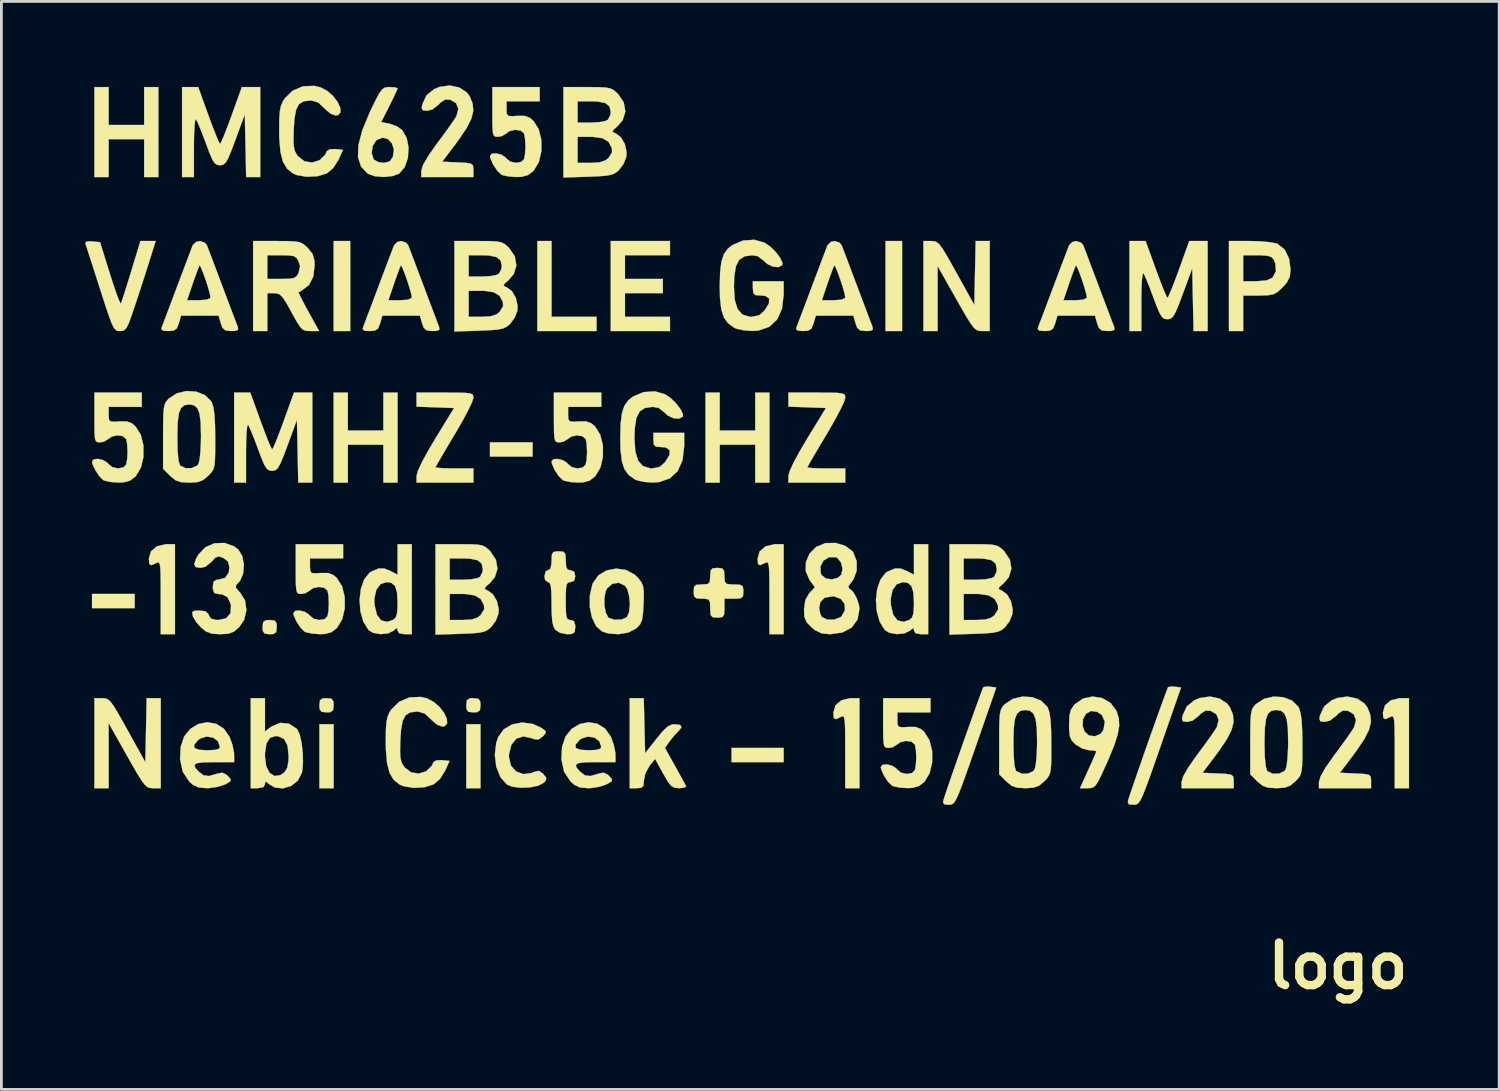
<source format=kicad_pcb>
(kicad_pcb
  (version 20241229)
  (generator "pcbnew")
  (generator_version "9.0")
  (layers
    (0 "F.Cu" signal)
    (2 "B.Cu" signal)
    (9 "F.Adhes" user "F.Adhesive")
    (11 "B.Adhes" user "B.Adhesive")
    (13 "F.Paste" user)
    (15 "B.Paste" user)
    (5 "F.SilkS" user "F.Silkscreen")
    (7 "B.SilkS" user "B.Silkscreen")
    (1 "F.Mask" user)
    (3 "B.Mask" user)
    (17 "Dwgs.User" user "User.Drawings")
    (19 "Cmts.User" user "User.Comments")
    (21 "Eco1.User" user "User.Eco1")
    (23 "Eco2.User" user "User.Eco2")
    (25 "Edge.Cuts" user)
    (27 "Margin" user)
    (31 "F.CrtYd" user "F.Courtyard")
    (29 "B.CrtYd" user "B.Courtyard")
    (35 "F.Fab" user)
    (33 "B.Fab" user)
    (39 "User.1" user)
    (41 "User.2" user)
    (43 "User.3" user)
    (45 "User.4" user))
  (footprint "logo"
    (layer "F.Cu")
    (at 44.775 31.474)
    (property "Reference" "logo" (at 0 0 0) (layer "F.SilkS") (effects (font (size 1.524 1.524) (thickness 0.3))))
    (attr through_hole)
    (fp_poly (pts (xy -43.011 -12.785) (xy -44.535 -12.785) (xy -44.535 -13.293) (xy -43.011 -13.293) (xy -43.011 -12.785)) (stroke (width 0.01) (type solid)) (fill yes) (layer "F.SilkS"))
    (fp_poly (pts (xy -35.899 -6.35) (xy -36.407 -6.35) (xy -36.407 -8.636) (xy -35.899 -8.636) (xy -35.899 -6.35)) (stroke (width 0.01) (type solid)) (fill yes) (layer "F.SilkS"))
    (fp_poly (pts (xy -35.306 -22.691) (xy -35.899 -22.691) (xy -35.899 -25.908) (xy -35.306 -25.908) (xy -35.306 -22.691)) (stroke (width 0.01) (type solid)) (fill yes) (layer "F.SilkS"))
    (fp_poly (pts (xy -30.649 -6.35) (xy -31.157 -6.35) (xy -31.157 -8.636) (xy -30.649 -8.636) (xy -30.649 -6.35)) (stroke (width 0.01) (type solid)) (fill yes) (layer "F.SilkS"))
    (fp_poly (pts (xy -28.787 -18.203) (xy -30.311 -18.203) (xy -30.311 -18.711) (xy -28.787 -18.711) (xy -28.787 -18.203)) (stroke (width 0.01) (type solid)) (fill yes) (layer "F.SilkS"))
    (fp_poly (pts (xy -19.812 -7.281) (xy -21.675 -7.281) (xy -21.675 -7.789) (xy -19.812 -7.789) (xy -19.812 -7.281)) (stroke (width 0.01) (type solid)) (fill yes) (layer "F.SilkS"))
    (fp_poly (pts (xy -15.579 -22.691) (xy -16.171 -22.691) (xy -16.171 -25.908) (xy -15.579 -25.908) (xy -15.579 -22.691)) (stroke (width 0.01) (type solid)) (fill yes) (layer "F.SilkS"))
    (fp_poly (pts (xy -28.109 -23.199) (xy -26.501 -23.199) (xy -26.501 -22.691) (xy -28.617 -22.691) (xy -28.617 -25.908) (xy -28.109 -25.908) (xy -28.109 -23.199)) (stroke (width 0.01) (type solid)) (fill yes) (layer "F.SilkS"))
    (fp_poly (pts (xy -43.942 -30.057) (xy -42.672 -30.057) (xy -42.672 -31.411) (xy -42.164 -31.411) (xy -42.164 -28.194) (xy -42.672 -28.194) (xy -42.672 -29.549) (xy -43.942 -29.549) (xy -43.942 -28.194) (xy -44.45 -28.194) (xy -44.45 -31.411) (xy -43.942 -31.411) (xy -43.942 -30.057)) (stroke (width 0.01) (type solid)) (fill yes) (layer "F.SilkS"))
    (fp_poly (pts (xy -38.005 -12.34) (xy -37.938 -12.241) (xy -37.931 -12.107) (xy -37.952 -11.927) (xy -38.051 -11.861) (xy -38.185 -11.853) (xy -38.365 -11.874) (xy -38.431 -11.973) (xy -38.439 -12.107) (xy -38.418 -12.287) (xy -38.319 -12.354) (xy -38.185 -12.361) (xy -38.005 -12.34)) (stroke (width 0.01) (type solid)) (fill yes) (layer "F.SilkS"))
    (fp_poly (pts (xy -35.973 -9.546) (xy -35.906 -9.447) (xy -35.899 -9.313) (xy -35.92 -9.133) (xy -36.019 -9.067) (xy -36.153 -9.059) (xy -36.333 -9.08) (xy -36.399 -9.179) (xy -36.407 -9.313) (xy -36.386 -9.493) (xy -36.287 -9.56) (xy -36.153 -9.567) (xy -35.973 -9.546)) (stroke (width 0.01) (type solid)) (fill yes) (layer "F.SilkS"))
    (fp_poly (pts (xy -35.391 -19.135) (xy -34.121 -19.135) (xy -34.121 -20.489) (xy -33.613 -20.489) (xy -33.613 -17.272) (xy -34.121 -17.272) (xy -34.121 -18.627) (xy -35.391 -18.627) (xy -35.391 -17.272) (xy -35.899 -17.272) (xy -35.899 -20.489) (xy -35.391 -20.489) (xy -35.391 -19.135)) (stroke (width 0.01) (type solid)) (fill yes) (layer "F.SilkS"))
    (fp_poly (pts (xy -30.723 -9.546) (xy -30.657 -9.447) (xy -30.649 -9.313) (xy -30.67 -9.133) (xy -30.769 -9.067) (xy -30.903 -9.059) (xy -31.083 -9.08) (xy -31.15 -9.179) (xy -31.157 -9.313) (xy -31.136 -9.493) (xy -31.037 -9.56) (xy -30.903 -9.567) (xy -30.723 -9.546)) (stroke (width 0.01) (type solid)) (fill yes) (layer "F.SilkS"))
    (fp_poly (pts (xy -23.876 -25.4) (xy -25.485 -25.4) (xy -25.485 -24.553) (xy -24.13 -24.553) (xy -24.13 -24.045) (xy -25.485 -24.045) (xy -25.485 -23.199) (xy -23.876 -23.199) (xy -23.876 -22.691) (xy -25.993 -22.691) (xy -25.993 -25.908) (xy -23.876 -25.908) (xy -23.876 -25.4)) (stroke (width 0.01) (type solid)) (fill yes) (layer "F.SilkS"))
    (fp_poly (pts (xy -22.098 -19.135) (xy -20.828 -19.135) (xy -20.828 -20.489) (xy -20.32 -20.489) (xy -20.32 -17.272) (xy -20.828 -17.272) (xy -20.828 -18.627) (xy -22.098 -18.627) (xy -22.098 -17.272) (xy -22.606 -17.272) (xy -22.606 -20.489) (xy -22.098 -20.489) (xy -22.098 -19.135)) (stroke (width 0.01) (type solid)) (fill yes) (layer "F.SilkS"))
    (fp_poly (pts (xy -41.571 -11.853) (xy -42.079 -11.853) (xy -42.079 -13.169) (xy -42.08 -13.665) (xy -42.085 -14.016) (xy -42.096 -14.243) (xy -42.118 -14.37) (xy -42.152 -14.42) (xy -42.203 -14.416) (xy -42.243 -14.396) (xy -42.414 -14.321) (xy -42.487 -14.361) (xy -42.503 -14.544) (xy -42.503 -14.558) (xy -42.428 -14.815) (xy -42.22 -14.992) (xy -41.907 -15.069) (xy -41.849 -15.071) (xy -41.571 -15.071) (xy -41.571 -11.853)) (stroke (width 0.01) (type solid)) (fill yes) (layer "F.SilkS"))
    (fp_poly (pts (xy -19.812 -11.853) (xy -20.32 -11.853) (xy -20.32 -13.169) (xy -20.321 -13.665) (xy -20.326 -14.016) (xy -20.337 -14.243) (xy -20.358 -14.37) (xy -20.393 -14.42) (xy -20.443 -14.416) (xy -20.484 -14.396) (xy -20.655 -14.321) (xy -20.728 -14.361) (xy -20.743 -14.544) (xy -20.743 -14.558) (xy -20.668 -14.815) (xy -20.461 -14.992) (xy -20.148 -15.069) (xy -20.089 -15.071) (xy -19.812 -15.071) (xy -19.812 -11.853)) (stroke (width 0.01) (type solid)) (fill yes) (layer "F.SilkS"))
    (fp_poly (pts (xy -17.103 -6.35) (xy -17.611 -6.35) (xy -17.611 -7.665) (xy -17.612 -8.162) (xy -17.616 -8.513) (xy -17.628 -8.74) (xy -17.649 -8.867) (xy -17.683 -8.917) (xy -17.734 -8.913) (xy -17.774 -8.893) (xy -17.946 -8.817) (xy -18.018 -8.858) (xy -18.034 -9.041) (xy -18.034 -9.055) (xy -17.959 -9.312) (xy -17.752 -9.489) (xy -17.439 -9.566) (xy -17.38 -9.567) (xy -17.103 -9.567) (xy -17.103 -6.35)) (stroke (width 0.01) (type solid)) (fill yes) (layer "F.SilkS"))
    (fp_poly (pts (xy 2.54 -6.35) (xy 2.032 -6.35) (xy 2.032 -7.665) (xy 2.031 -8.162) (xy 2.026 -8.513) (xy 2.015 -8.74) (xy 1.994 -8.867) (xy 1.959 -8.917) (xy 1.909 -8.913) (xy 1.868 -8.893) (xy 1.697 -8.817) (xy 1.624 -8.858) (xy 1.609 -9.041) (xy 1.609 -9.055) (xy 1.684 -9.312) (xy 1.891 -9.489) (xy 2.204 -9.566) (xy 2.263 -9.567) (xy 2.54 -9.567) (xy 2.54 -6.35)) (stroke (width 0.01) (type solid)) (fill yes) (layer "F.SilkS"))
    (fp_poly (pts (xy -44.066 -9.561) (xy -43.973 -9.527) (xy -43.878 -9.445) (xy -43.764 -9.291) (xy -43.614 -9.044) (xy -43.409 -8.683) (xy -43.264 -8.423) (xy -42.63 -7.278) (xy -42.606 -8.423) (xy -42.583 -9.567) (xy -42.079 -9.567) (xy -42.079 -6.35) (xy -42.355 -6.35) (xy -42.462 -6.356) (xy -42.555 -6.39) (xy -42.65 -6.473) (xy -42.765 -6.625) (xy -42.918 -6.87) (xy -43.125 -7.228) (xy -43.286 -7.513) (xy -43.942 -8.676) (xy -43.942 -6.35) (xy -44.45 -6.35) (xy -44.45 -9.567) (xy -44.174 -9.567) (xy -44.066 -9.561)) (stroke (width 0.01) (type solid)) (fill yes) (layer "F.SilkS"))
    (fp_poly (pts (xy -14.433 -25.902) (xy -14.34 -25.868) (xy -14.245 -25.785) (xy -14.131 -25.632) (xy -13.98 -25.385) (xy -13.776 -25.024) (xy -13.631 -24.764) (xy -12.996 -23.619) (xy -12.973 -24.764) (xy -12.949 -25.908) (xy -12.446 -25.908) (xy -12.446 -22.691) (xy -12.721 -22.691) (xy -12.829 -22.697) (xy -12.921 -22.731) (xy -13.017 -22.813) (xy -13.132 -22.966) (xy -13.285 -23.211) (xy -13.491 -23.568) (xy -13.653 -23.854) (xy -14.309 -25.017) (xy -14.309 -22.691) (xy -14.817 -22.691) (xy -14.817 -25.908) (xy -14.541 -25.908) (xy -14.433 -25.902)) (stroke (width 0.01) (type solid)) (fill yes) (layer "F.SilkS"))
    (fp_poly (pts (xy -12.421 -9.976) (xy -12.212 -9.948) (xy -12.942 -7.853) (xy -13.162 -7.221) (xy -13.336 -6.73) (xy -13.471 -6.364) (xy -13.575 -6.104) (xy -13.657 -5.931) (xy -13.725 -5.828) (xy -13.788 -5.777) (xy -13.854 -5.759) (xy -13.911 -5.757) (xy -14.077 -5.775) (xy -14.114 -5.856) (xy -14.092 -5.948) (xy -14.026 -6.151) (xy -13.92 -6.465) (xy -13.782 -6.864) (xy -13.623 -7.321) (xy -13.452 -7.811) (xy -13.277 -8.306) (xy -13.108 -8.78) (xy -12.955 -9.208) (xy -12.826 -9.563) (xy -12.731 -9.819) (xy -12.68 -9.95) (xy -12.674 -9.96) (xy -12.566 -9.983) (xy -12.421 -9.976)) (stroke (width 0.01) (type solid)) (fill yes) (layer "F.SilkS"))
    (fp_poly (pts (xy -5.817 -9.976) (xy -5.608 -9.948) (xy -6.338 -7.853) (xy -6.558 -7.221) (xy -6.732 -6.73) (xy -6.867 -6.364) (xy -6.971 -6.104) (xy -7.053 -5.931) (xy -7.121 -5.828) (xy -7.184 -5.777) (xy -7.25 -5.759) (xy -7.307 -5.757) (xy -7.473 -5.775) (xy -7.51 -5.856) (xy -7.488 -5.948) (xy -7.422 -6.151) (xy -7.316 -6.465) (xy -7.178 -6.864) (xy -7.019 -7.321) (xy -6.848 -7.811) (xy -6.673 -8.306) (xy -6.504 -8.78) (xy -6.351 -9.208) (xy -6.222 -9.563) (xy -6.127 -9.819) (xy -6.076 -9.95) (xy -6.07 -9.96) (xy -5.962 -9.983) (xy -5.817 -9.976)) (stroke (width 0.01) (type solid)) (fill yes) (layer "F.SilkS"))
    (fp_poly (pts (xy -31.491 -20.488) (xy -31.204 -20.481) (xy -31.03 -20.463) (xy -30.941 -20.428) (xy -30.908 -20.372) (xy -30.903 -20.299) (xy -30.946 -20.162) (xy -31.062 -19.912) (xy -31.237 -19.579) (xy -31.456 -19.192) (xy -31.581 -18.981) (xy -31.813 -18.591) (xy -32.011 -18.256) (xy -32.16 -17.999) (xy -32.244 -17.847) (xy -32.258 -17.816) (xy -32.18 -17.8) (xy -31.973 -17.787) (xy -31.676 -17.78) (xy -31.581 -17.78) (xy -30.903 -17.78) (xy -30.903 -17.272) (xy -32.935 -17.272) (xy -32.935 -17.509) (xy -32.888 -17.687) (xy -32.751 -17.986) (xy -32.534 -18.388) (xy -32.265 -18.843) (xy -31.594 -19.939) (xy -32.265 -19.964) (xy -32.935 -19.988) (xy -32.935 -20.489) (xy -31.919 -20.489) (xy -31.491 -20.488)) (stroke (width 0.01) (type solid)) (fill yes) (layer "F.SilkS"))
    (fp_poly (pts (xy -18.199 -20.488) (xy -17.912 -20.481) (xy -17.737 -20.463) (xy -17.648 -20.428) (xy -17.615 -20.372) (xy -17.611 -20.299) (xy -17.653 -20.162) (xy -17.77 -19.912) (xy -17.945 -19.579) (xy -18.163 -19.192) (xy -18.288 -18.981) (xy -18.521 -18.591) (xy -18.719 -18.256) (xy -18.867 -17.999) (xy -18.952 -17.847) (xy -18.965 -17.816) (xy -18.887 -17.8) (xy -18.68 -17.787) (xy -18.384 -17.78) (xy -18.288 -17.78) (xy -17.611 -17.78) (xy -17.611 -17.272) (xy -19.643 -17.272) (xy -19.643 -17.509) (xy -19.595 -17.687) (xy -19.458 -17.986) (xy -19.241 -18.388) (xy -18.972 -18.843) (xy -18.302 -19.939) (xy -18.972 -19.964) (xy -19.643 -19.988) (xy -19.643 -20.489) (xy -18.627 -20.489) (xy -18.199 -20.488)) (stroke (width 0.01) (type solid)) (fill yes) (layer "F.SilkS"))
    (fp_poly (pts (xy -2.767 -25.897) (xy -2.439 -25.867) (xy -2.207 -25.824) (xy -2.157 -25.807) (xy -1.904 -25.603) (xy -1.745 -25.278) (xy -1.693 -24.888) (xy -1.72 -24.63) (xy -1.825 -24.423) (xy -1.981 -24.249) (xy -2.151 -24.092) (xy -2.303 -24.006) (xy -2.5 -23.969) (xy -2.8 -23.961) (xy -2.828 -23.961) (xy -3.387 -23.961) (xy -3.387 -22.691) (xy -3.895 -22.691) (xy -3.895 -25.4) (xy -3.387 -25.4) (xy -3.387 -24.469) (xy -2.927 -24.469) (xy -2.558 -24.5) (xy -2.342 -24.595) (xy -2.334 -24.602) (xy -2.214 -24.833) (xy -2.237 -25.115) (xy -2.289 -25.236) (xy -2.372 -25.332) (xy -2.52 -25.382) (xy -2.779 -25.399) (xy -2.882 -25.4) (xy -3.387 -25.4) (xy -3.895 -25.4) (xy -3.895 -25.908) (xy -3.137 -25.908) (xy -2.767 -25.897)) (stroke (width 0.01) (type solid)) (fill yes) (layer "F.SilkS"))
    (fp_poly (pts (xy -28.776 -8.646) (xy -28.471 -8.504) (xy -28.328 -8.4) (xy -28.317 -8.319) (xy -28.424 -8.199) (xy -28.572 -8.089) (xy -28.726 -8.1) (xy -28.809 -8.134) (xy -29.114 -8.202) (xy -29.366 -8.121) (xy -29.544 -7.905) (xy -29.629 -7.573) (xy -29.633 -7.464) (xy -29.563 -7.158) (xy -29.378 -6.947) (xy -29.114 -6.852) (xy -28.808 -6.894) (xy -28.707 -6.94) (xy -28.555 -6.968) (xy -28.403 -6.855) (xy -28.401 -6.853) (xy -28.299 -6.719) (xy -28.316 -6.622) (xy -28.388 -6.543) (xy -28.587 -6.437) (xy -28.885 -6.377) (xy -29.218 -6.365) (xy -29.52 -6.404) (xy -29.706 -6.482) (xy -29.938 -6.746) (xy -30.085 -7.114) (xy -30.137 -7.537) (xy -30.086 -7.968) (xy -30.017 -8.176) (xy -29.817 -8.454) (xy -29.516 -8.63) (xy -29.156 -8.698) (xy -28.776 -8.646)) (stroke (width 0.01) (type solid)) (fill yes) (layer "F.SilkS"))
    (fp_poly (pts (xy -24.789 -8.582) (xy -24.765 -7.597) (xy -24.357 -8.117) (xy -24.13 -8.391) (xy -23.96 -8.551) (xy -23.814 -8.623) (xy -23.701 -8.636) (xy -23.504 -8.606) (xy -23.465 -8.518) (xy -23.584 -8.379) (xy -23.724 -8.234) (xy -23.881 -8.036) (xy -23.886 -8.03) (xy -24.057 -7.789) (xy -23.691 -7.135) (xy -23.525 -6.835) (xy -23.391 -6.591) (xy -23.31 -6.441) (xy -23.297 -6.415) (xy -23.351 -6.372) (xy -23.52 -6.351) (xy -23.551 -6.351) (xy -23.708 -6.365) (xy -23.827 -6.427) (xy -23.944 -6.571) (xy -24.095 -6.829) (xy -24.121 -6.875) (xy -24.408 -7.398) (xy -24.607 -7.149) (xy -24.758 -6.874) (xy -24.807 -6.625) (xy -24.824 -6.435) (xy -24.908 -6.361) (xy -25.061 -6.35) (xy -25.315 -6.35) (xy -25.315 -9.567) (xy -24.813 -9.567) (xy -24.789 -8.582)) (stroke (width 0.01) (type solid)) (fill yes) (layer "F.SilkS"))
    (fp_poly (pts (xy -42.453 -25.294) (xy -42.559 -24.958) (xy -42.699 -24.522) (xy -42.853 -24.049) (xy -42.973 -23.686) (xy -43.112 -23.271) (xy -43.214 -22.99) (xy -43.295 -22.819) (xy -43.37 -22.729) (xy -43.453 -22.695) (xy -43.535 -22.691) (xy -43.618 -22.696) (xy -43.688 -22.728) (xy -43.755 -22.806) (xy -43.828 -22.953) (xy -43.919 -23.191) (xy -44.037 -23.54) (xy -44.193 -24.024) (xy -44.248 -24.194) (xy -44.402 -24.675) (xy -44.54 -25.106) (xy -44.654 -25.456) (xy -44.733 -25.7) (xy -44.77 -25.808) (xy -44.752 -25.883) (xy -44.601 -25.899) (xy -44.53 -25.893) (xy -44.248 -25.866) (xy -43.896 -24.732) (xy -43.767 -24.332) (xy -43.654 -24.004) (xy -43.566 -23.776) (xy -43.512 -23.674) (xy -43.503 -23.673) (xy -43.465 -23.779) (xy -43.388 -24.014) (xy -43.283 -24.345) (xy -43.161 -24.742) (xy -43.134 -24.828) (xy -42.806 -25.908) (xy -42.262 -25.908) (xy -42.453 -25.294)) (stroke (width 0.01) (type solid)) (fill yes) (layer "F.SilkS"))
    (fp_poly (pts (xy -6.506 -24.892) (xy -6.364 -24.51) (xy -6.241 -24.194) (xy -6.147 -23.973) (xy -6.095 -23.878) (xy -6.092 -23.876) (xy -6.048 -23.951) (xy -5.96 -24.156) (xy -5.84 -24.46) (xy -5.7 -24.834) (xy -5.68 -24.892) (xy -5.313 -25.908) (xy -4.657 -25.908) (xy -4.657 -22.691) (xy -5.16 -22.691) (xy -5.207 -24.934) (xy -5.542 -24.024) (xy -5.69 -23.63) (xy -5.8 -23.369) (xy -5.887 -23.215) (xy -5.968 -23.139) (xy -6.06 -23.115) (xy -6.095 -23.114) (xy -6.2 -23.128) (xy -6.286 -23.19) (xy -6.372 -23.328) (xy -6.476 -23.572) (xy -6.598 -23.897) (xy -6.727 -24.24) (xy -6.842 -24.525) (xy -6.926 -24.712) (xy -6.955 -24.761) (xy -6.982 -24.713) (xy -7.005 -24.524) (xy -7.02 -24.22) (xy -7.027 -23.831) (xy -7.027 -23.766) (xy -7.027 -22.691) (xy -7.451 -22.691) (xy -7.451 -25.908) (xy -6.874 -25.908) (xy -6.506 -24.892)) (stroke (width 0.01) (type solid)) (fill yes) (layer "F.SilkS"))
    (fp_poly (pts (xy -38.51 -19.474) (xy -38.368 -19.092) (xy -38.245 -18.775) (xy -38.151 -18.555) (xy -38.099 -18.459) (xy -38.096 -18.458) (xy -38.052 -18.532) (xy -37.964 -18.737) (xy -37.844 -19.041) (xy -37.704 -19.416) (xy -37.684 -19.473) (xy -37.317 -20.489) (xy -36.661 -20.489) (xy -36.661 -17.272) (xy -37.164 -17.272) (xy -37.187 -18.394) (xy -37.211 -19.516) (xy -37.546 -18.605) (xy -37.694 -18.212) (xy -37.804 -17.951) (xy -37.891 -17.796) (xy -37.972 -17.72) (xy -38.064 -17.696) (xy -38.099 -17.695) (xy -38.204 -17.709) (xy -38.29 -17.771) (xy -38.376 -17.909) (xy -38.48 -18.153) (xy -38.602 -18.479) (xy -38.731 -18.822) (xy -38.846 -19.106) (xy -38.93 -19.293) (xy -38.959 -19.342) (xy -38.986 -19.294) (xy -39.009 -19.105) (xy -39.024 -18.802) (xy -39.031 -18.412) (xy -39.031 -18.347) (xy -39.031 -17.272) (xy -39.455 -17.272) (xy -39.455 -20.489) (xy -38.878 -20.489) (xy -38.51 -19.474)) (stroke (width 0.01) (type solid)) (fill yes) (layer "F.SilkS"))
    (fp_poly (pts (xy -31.409 -31.397) (xy -31.137 -31.219) (xy -31.031 -31.074) (xy -30.929 -30.816) (xy -30.908 -30.562) (xy -30.975 -30.285) (xy -31.14 -29.956) (xy -31.412 -29.55) (xy -31.601 -29.295) (xy -32.018 -28.744) (xy -31.461 -28.719) (xy -31.163 -28.703) (xy -30.996 -28.675) (xy -30.922 -28.617) (xy -30.904 -28.51) (xy -30.903 -28.444) (xy -30.903 -28.194) (xy -32.766 -28.194) (xy -32.766 -28.419) (xy -32.707 -28.617) (xy -32.532 -28.925) (xy -32.246 -29.336) (xy -32.188 -29.414) (xy -31.944 -29.743) (xy -31.731 -30.039) (xy -31.574 -30.267) (xy -31.506 -30.377) (xy -31.441 -30.631) (xy -31.522 -30.838) (xy -31.728 -30.958) (xy -31.915 -30.966) (xy -32.079 -30.857) (xy -32.141 -30.789) (xy -32.37 -30.611) (xy -32.559 -30.565) (xy -32.715 -30.583) (xy -32.751 -30.673) (xy -32.726 -30.797) (xy -32.579 -31.117) (xy -32.311 -31.335) (xy -32.11 -31.418) (xy -31.75 -31.469) (xy -31.409 -31.397)) (stroke (width 0.01) (type solid)) (fill yes) (layer "F.SilkS"))
    (fp_poly (pts (xy -22.012 -14.207) (xy -21.942 -14.124) (xy -21.929 -13.928) (xy -21.918 -13.738) (xy -21.855 -13.654) (xy -21.69 -13.632) (xy -21.59 -13.631) (xy -21.373 -13.621) (xy -21.276 -13.567) (xy -21.252 -13.432) (xy -21.251 -13.377) (xy -21.265 -13.214) (xy -21.337 -13.142) (xy -21.517 -13.124) (xy -21.59 -13.123) (xy -21.929 -13.123) (xy -21.929 -12.785) (xy -21.939 -12.568) (xy -21.993 -12.471) (xy -22.128 -12.447) (xy -22.183 -12.446) (xy -22.346 -12.459) (xy -22.418 -12.532) (xy -22.436 -12.712) (xy -22.437 -12.785) (xy -22.446 -13.002) (xy -22.501 -13.098) (xy -22.646 -13.123) (xy -22.733 -13.123) (xy -22.932 -13.137) (xy -23.014 -13.209) (xy -23.029 -13.377) (xy -23.013 -13.548) (xy -22.929 -13.618) (xy -22.733 -13.631) (xy -22.534 -13.644) (xy -22.453 -13.718) (xy -22.437 -13.905) (xy -22.437 -13.928) (xy -22.423 -14.127) (xy -22.351 -14.208) (xy -22.183 -14.224) (xy -22.012 -14.207)) (stroke (width 0.01) (type solid)) (fill yes) (layer "F.SilkS"))
    (fp_poly (pts (xy -4.231 -9.553) (xy -3.959 -9.375) (xy -3.853 -9.23) (xy -3.751 -8.972) (xy -3.73 -8.718) (xy -3.797 -8.441) (xy -3.962 -8.112) (xy -4.234 -7.706) (xy -4.423 -7.451) (xy -4.84 -6.9) (xy -4.283 -6.875) (xy -3.985 -6.859) (xy -3.818 -6.831) (xy -3.744 -6.773) (xy -3.726 -6.666) (xy -3.725 -6.6) (xy -3.725 -6.35) (xy -5.588 -6.35) (xy -5.588 -6.575) (xy -5.529 -6.773) (xy -5.354 -7.081) (xy -5.068 -7.492) (xy -5.01 -7.57) (xy -4.766 -7.899) (xy -4.553 -8.195) (xy -4.396 -8.423) (xy -4.328 -8.533) (xy -4.263 -8.787) (xy -4.344 -8.994) (xy -4.55 -9.114) (xy -4.737 -9.122) (xy -4.901 -9.013) (xy -4.963 -8.945) (xy -5.192 -8.767) (xy -5.381 -8.721) (xy -5.537 -8.739) (xy -5.573 -8.829) (xy -5.548 -8.954) (xy -5.401 -9.273) (xy -5.133 -9.491) (xy -4.932 -9.574) (xy -4.572 -9.625) (xy -4.231 -9.553)) (stroke (width 0.01) (type solid)) (fill yes) (layer "F.SilkS"))
    (fp_poly (pts (xy 0.68 -9.553) (xy 0.952 -9.375) (xy 1.058 -9.23) (xy 1.16 -8.972) (xy 1.181 -8.718) (xy 1.114 -8.441) (xy 0.948 -8.112) (xy 0.677 -7.706) (xy 0.488 -7.451) (xy 0.071 -6.9) (xy 0.628 -6.875) (xy 0.926 -6.859) (xy 1.093 -6.831) (xy 1.166 -6.773) (xy 1.185 -6.666) (xy 1.185 -6.6) (xy 1.185 -6.35) (xy -0.677 -6.35) (xy -0.677 -6.575) (xy -0.618 -6.773) (xy -0.443 -7.081) (xy -0.157 -7.492) (xy -0.099 -7.57) (xy 0.144 -7.899) (xy 0.357 -8.195) (xy 0.514 -8.423) (xy 0.583 -8.533) (xy 0.647 -8.787) (xy 0.567 -8.994) (xy 0.361 -9.114) (xy 0.173 -9.122) (xy 0.01 -9.013) (xy -0.053 -8.945) (xy -0.282 -8.767) (xy -0.471 -8.721) (xy -0.627 -8.739) (xy -0.662 -8.829) (xy -0.638 -8.954) (xy -0.49 -9.273) (xy -0.222 -9.491) (xy -0.021 -9.574) (xy 0.339 -9.625) (xy 0.68 -9.553)) (stroke (width 0.01) (type solid)) (fill yes) (layer "F.SilkS"))
    (fp_poly (pts (xy -38.523 -31.411) (xy -38.523 -28.194) (xy -39.026 -28.194) (xy -39.05 -29.316) (xy -39.074 -30.438) (xy -39.409 -29.527) (xy -39.557 -29.134) (xy -39.666 -28.873) (xy -39.753 -28.718) (xy -39.835 -28.642) (xy -39.926 -28.618) (xy -39.961 -28.617) (xy -40.067 -28.631) (xy -40.153 -28.693) (xy -40.239 -28.831) (xy -40.343 -29.075) (xy -40.464 -29.401) (xy -40.594 -29.744) (xy -40.708 -30.028) (xy -40.793 -30.215) (xy -40.822 -30.264) (xy -40.849 -30.216) (xy -40.872 -30.027) (xy -40.887 -29.724) (xy -40.894 -29.334) (xy -40.894 -29.269) (xy -40.894 -28.194) (xy -41.317 -28.194) (xy -41.317 -31.411) (xy -40.74 -31.411) (xy -40.373 -30.396) (xy -40.231 -30.014) (xy -40.107 -29.697) (xy -40.014 -29.477) (xy -39.962 -29.381) (xy -39.959 -29.38) (xy -39.914 -29.454) (xy -39.826 -29.659) (xy -39.706 -29.963) (xy -39.567 -30.338) (xy -39.546 -30.395) (xy -39.18 -31.411) (xy -38.852 -31.411) (xy -38.523 -31.411)) (stroke (width 0.01) (type solid)) (fill yes) (layer "F.SilkS"))
    (fp_poly (pts (xy -33.105 -11.853) (xy -33.359 -11.853) (xy -33.556 -11.889) (xy -33.613 -11.986) (xy -33.626 -12.075) (xy -33.694 -12.037) (xy -33.746 -11.986) (xy -33.948 -11.884) (xy -34.221 -11.856) (xy -34.487 -11.902) (xy -34.652 -12.002) (xy -34.836 -12.301) (xy -34.942 -12.674) (xy -34.971 -13.079) (xy -34.966 -13.123) (xy -34.444 -13.123) (xy -34.436 -12.894) (xy -34.352 -12.547) (xy -34.198 -12.345) (xy -33.982 -12.295) (xy -33.776 -12.364) (xy -33.683 -12.444) (xy -33.633 -12.586) (xy -33.614 -12.834) (xy -33.613 -12.982) (xy -33.633 -13.349) (xy -33.703 -13.577) (xy -33.837 -13.69) (xy -34.009 -13.716) (xy -34.227 -13.641) (xy -34.377 -13.433) (xy -34.444 -13.123) (xy -34.966 -13.123) (xy -34.926 -13.471) (xy -34.809 -13.808) (xy -34.622 -14.047) (xy -34.544 -14.097) (xy -34.295 -14.202) (xy -34.093 -14.204) (xy -33.851 -14.105) (xy -33.846 -14.101) (xy -33.613 -13.98) (xy -33.613 -15.071) (xy -33.105 -15.071) (xy -33.105 -11.853)) (stroke (width 0.01) (type solid)) (fill yes) (layer "F.SilkS"))
    (fp_poly (pts (xy -14.647 -11.853) (xy -14.901 -11.853) (xy -15.099 -11.889) (xy -15.155 -11.986) (xy -15.169 -12.075) (xy -15.236 -12.037) (xy -15.288 -11.986) (xy -15.491 -11.884) (xy -15.763 -11.856) (xy -16.029 -11.902) (xy -16.195 -12.002) (xy -16.379 -12.301) (xy -16.485 -12.674) (xy -16.514 -13.079) (xy -16.509 -13.123) (xy -15.986 -13.123) (xy -15.979 -12.894) (xy -15.895 -12.547) (xy -15.741 -12.345) (xy -15.525 -12.295) (xy -15.319 -12.364) (xy -15.226 -12.444) (xy -15.176 -12.586) (xy -15.157 -12.834) (xy -15.155 -12.982) (xy -15.176 -13.349) (xy -15.246 -13.577) (xy -15.38 -13.69) (xy -15.551 -13.716) (xy -15.77 -13.641) (xy -15.92 -13.433) (xy -15.986 -13.123) (xy -16.509 -13.123) (xy -16.469 -13.471) (xy -16.351 -13.808) (xy -16.164 -14.047) (xy -16.087 -14.097) (xy -15.837 -14.202) (xy -15.635 -14.204) (xy -15.394 -14.105) (xy -15.388 -14.101) (xy -15.155 -13.98) (xy -15.155 -15.071) (xy -14.647 -15.071) (xy -14.647 -11.853)) (stroke (width 0.01) (type solid)) (fill yes) (layer "F.SilkS"))
    (fp_poly (pts (xy -38.354 -8.377) (xy -38.11 -8.558) (xy -37.81 -8.685) (xy -37.5 -8.657) (xy -37.222 -8.478) (xy -37.201 -8.456) (xy -37.114 -8.276) (xy -37.047 -7.983) (xy -37.005 -7.63) (xy -36.994 -7.273) (xy -37.02 -6.967) (xy -37.034 -6.899) (xy -37.177 -6.622) (xy -37.417 -6.431) (xy -37.707 -6.342) (xy -37.999 -6.372) (xy -38.199 -6.49) (xy -38.314 -6.583) (xy -38.351 -6.558) (xy -38.354 -6.49) (xy -38.413 -6.383) (xy -38.607 -6.35) (xy -38.608 -6.35) (xy -38.862 -6.35) (xy -38.862 -7.484) (xy -38.354 -7.484) (xy -38.31 -7.135) (xy -38.189 -6.897) (xy -38.013 -6.785) (xy -37.801 -6.817) (xy -37.662 -6.913) (xy -37.558 -7.074) (xy -37.512 -7.335) (xy -37.507 -7.5) (xy -37.546 -7.872) (xy -37.668 -8.104) (xy -37.879 -8.205) (xy -37.976 -8.213) (xy -38.176 -8.148) (xy -38.3 -7.948) (xy -38.352 -7.603) (xy -38.354 -7.484) (xy -38.862 -7.484) (xy -38.862 -9.567) (xy -38.354 -9.567) (xy -38.354 -8.377)) (stroke (width 0.01) (type solid)) (fill yes) (layer "F.SilkS"))
    (fp_poly (pts (xy -25.445 -14.149) (xy -25.131 -13.979) (xy -25.012 -13.862) (xy -24.901 -13.715) (xy -24.838 -13.572) (xy -24.812 -13.383) (xy -24.814 -13.096) (xy -24.821 -12.93) (xy -24.842 -12.585) (xy -24.876 -12.363) (xy -24.938 -12.216) (xy -25.041 -12.099) (xy -25.088 -12.057) (xy -25.362 -11.915) (xy -25.717 -11.854) (xy -26.083 -11.881) (xy -26.306 -11.955) (xy -26.516 -12.143) (xy -26.664 -12.448) (xy -26.742 -12.825) (xy -26.742 -13.152) (xy -26.222 -13.152) (xy -26.218 -12.87) (xy -26.169 -12.615) (xy -26.081 -12.45) (xy -26.063 -12.435) (xy -25.854 -12.371) (xy -25.611 -12.378) (xy -25.426 -12.455) (xy -25.417 -12.463) (xy -25.337 -12.64) (xy -25.309 -12.909) (xy -25.332 -13.205) (xy -25.4 -13.46) (xy -25.481 -13.586) (xy -25.705 -13.692) (xy -25.937 -13.656) (xy -26.124 -13.492) (xy -26.172 -13.396) (xy -26.222 -13.152) (xy -26.742 -13.152) (xy -26.741 -13.231) (xy -26.653 -13.622) (xy -26.631 -13.679) (xy -26.431 -13.96) (xy -26.139 -14.135) (xy -25.796 -14.199) (xy -25.445 -14.149)) (stroke (width 0.01) (type solid)) (fill yes) (layer "F.SilkS"))
    (fp_poly (pts (xy -27.692 -14.803) (xy -27.62 -14.731) (xy -27.602 -14.551) (xy -27.601 -14.478) (xy -27.587 -14.256) (xy -27.53 -14.159) (xy -27.432 -14.139) (xy -27.299 -14.09) (xy -27.263 -13.928) (xy -27.302 -13.762) (xy -27.432 -13.716) (xy -27.516 -13.702) (xy -27.567 -13.637) (xy -27.592 -13.487) (xy -27.601 -13.217) (xy -27.601 -13.039) (xy -27.598 -12.701) (xy -27.582 -12.499) (xy -27.544 -12.398) (xy -27.477 -12.364) (xy -27.432 -12.361) (xy -27.308 -12.321) (xy -27.264 -12.173) (xy -27.263 -12.107) (xy -27.28 -11.934) (xy -27.368 -11.865) (xy -27.546 -11.853) (xy -27.808 -11.904) (xy -27.969 -12.008) (xy -28.041 -12.129) (xy -28.084 -12.321) (xy -28.105 -12.621) (xy -28.109 -12.94) (xy -28.114 -13.315) (xy -28.132 -13.551) (xy -28.167 -13.674) (xy -28.224 -13.715) (xy -28.236 -13.716) (xy -28.338 -13.79) (xy -28.363 -13.928) (xy -28.319 -14.098) (xy -28.236 -14.139) (xy -28.148 -14.195) (xy -28.112 -14.381) (xy -28.109 -14.478) (xy -28.099 -14.695) (xy -28.045 -14.792) (xy -27.91 -14.816) (xy -27.855 -14.817) (xy -27.692 -14.803)) (stroke (width 0.01) (type solid)) (fill yes) (layer "F.SilkS"))
    (fp_poly (pts (xy -40.107 -8.655) (xy -39.827 -8.481) (xy -39.618 -8.182) (xy -39.516 -7.898) (xy -39.46 -7.621) (xy -39.457 -7.556) (xy -39.455 -7.281) (xy -40.174 -7.281) (xy -40.556 -7.273) (xy -40.785 -7.243) (xy -40.875 -7.181) (xy -40.844 -7.078) (xy -40.725 -6.943) (xy -40.546 -6.808) (xy -40.351 -6.784) (xy -40.08 -6.862) (xy -39.885 -6.905) (xy -39.735 -6.834) (xy -39.683 -6.785) (xy -39.58 -6.67) (xy -39.591 -6.595) (xy -39.732 -6.509) (xy -39.778 -6.485) (xy -40.03 -6.4) (xy -40.34 -6.353) (xy -40.431 -6.35) (xy -40.717 -6.374) (xy -40.924 -6.469) (xy -41.064 -6.591) (xy -41.292 -6.938) (xy -41.388 -7.384) (xy -41.365 -7.825) (xy -41.34 -7.902) (xy -40.884 -7.902) (xy -40.875 -7.786) (xy -40.709 -7.722) (xy -40.428 -7.705) (xy -40.143 -7.717) (xy -39.998 -7.76) (xy -39.963 -7.826) (xy -40.033 -8.03) (xy -40.21 -8.158) (xy -40.44 -8.195) (xy -40.671 -8.124) (xy -40.739 -8.073) (xy -40.884 -7.902) (xy -41.34 -7.902) (xy -41.243 -8.195) (xy -41.023 -8.469) (xy -40.738 -8.642) (xy -40.421 -8.706) (xy -40.107 -8.655)) (stroke (width 0.01) (type solid)) (fill yes) (layer "F.SilkS"))
    (fp_poly (pts (xy -37.534 -25.906) (xy -37.274 -25.893) (xy -37.102 -25.861) (xy -36.98 -25.8) (xy -36.865 -25.702) (xy -36.823 -25.661) (xy -36.651 -25.444) (xy -36.584 -25.205) (xy -36.577 -25.047) (xy -36.627 -24.634) (xy -36.784 -24.335) (xy -37.067 -24.118) (xy -37.152 -24.076) (xy -37.125 -24.002) (xy -37.032 -23.814) (xy -36.89 -23.545) (xy -36.798 -23.377) (xy -36.418 -22.691) (xy -36.73 -22.691) (xy -36.881 -22.698) (xy -36.995 -22.738) (xy -37.099 -22.841) (xy -37.223 -23.034) (xy -37.396 -23.347) (xy -37.407 -23.368) (xy -37.587 -23.692) (xy -37.719 -23.893) (xy -37.827 -24) (xy -37.938 -24.04) (xy -38.021 -24.045) (xy -38.269 -24.045) (xy -38.269 -22.691) (xy -38.777 -22.691) (xy -38.777 -25.4) (xy -38.269 -25.4) (xy -38.269 -24.553) (xy -37.76 -24.553) (xy -37.47 -24.56) (xy -37.302 -24.592) (xy -37.208 -24.666) (xy -37.153 -24.765) (xy -37.1 -25.002) (xy -37.153 -25.188) (xy -37.224 -25.307) (xy -37.33 -25.371) (xy -37.52 -25.396) (xy -37.76 -25.4) (xy -38.269 -25.4) (xy -38.777 -25.4) (xy -38.777 -25.908) (xy -37.924 -25.908) (xy -37.534 -25.906)) (stroke (width 0.01) (type solid)) (fill yes) (layer "F.SilkS"))
    (fp_poly (pts (xy -26.475 -8.655) (xy -26.196 -8.481) (xy -25.986 -8.182) (xy -25.885 -7.898) (xy -25.829 -7.621) (xy -25.825 -7.556) (xy -25.823 -7.281) (xy -26.543 -7.281) (xy -26.925 -7.273) (xy -27.153 -7.243) (xy -27.244 -7.181) (xy -27.212 -7.078) (xy -27.093 -6.943) (xy -26.914 -6.808) (xy -26.72 -6.784) (xy -26.449 -6.862) (xy -26.253 -6.905) (xy -26.103 -6.834) (xy -26.051 -6.785) (xy -25.949 -6.67) (xy -25.96 -6.595) (xy -26.101 -6.509) (xy -26.147 -6.485) (xy -26.399 -6.4) (xy -26.708 -6.353) (xy -26.799 -6.35) (xy -27.086 -6.374) (xy -27.293 -6.469) (xy -27.432 -6.591) (xy -27.661 -6.938) (xy -27.757 -7.384) (xy -27.734 -7.825) (xy -27.708 -7.902) (xy -27.253 -7.902) (xy -27.244 -7.786) (xy -27.077 -7.722) (xy -26.797 -7.705) (xy -26.512 -7.717) (xy -26.366 -7.76) (xy -26.331 -7.826) (xy -26.402 -8.03) (xy -26.579 -8.158) (xy -26.809 -8.195) (xy -27.04 -8.124) (xy -27.108 -8.073) (xy -27.253 -7.902) (xy -27.708 -7.902) (xy -27.612 -8.195) (xy -27.391 -8.469) (xy -27.106 -8.642) (xy -26.79 -8.706) (xy -26.475 -8.655)) (stroke (width 0.01) (type solid)) (fill yes) (layer "F.SilkS"))
    (fp_poly (pts (xy -8.426 -9.571) (xy -8.127 -9.397) (xy -7.915 -9.111) (xy -7.905 -9.088) (xy -7.831 -8.842) (xy -7.818 -8.578) (xy -7.872 -8.265) (xy -7.999 -7.873) (xy -8.205 -7.373) (xy -8.273 -7.221) (xy -8.444 -6.844) (xy -8.568 -6.595) (xy -8.664 -6.448) (xy -8.754 -6.376) (xy -8.857 -6.352) (xy -8.941 -6.35) (xy -9.219 -6.35) (xy -8.928 -6.99) (xy -8.794 -7.288) (xy -8.692 -7.521) (xy -8.64 -7.653) (xy -8.636 -7.667) (xy -8.71 -7.694) (xy -8.885 -7.705) (xy -9.132 -7.764) (xy -9.372 -7.909) (xy -9.508 -8.045) (xy -9.579 -8.194) (xy -9.606 -8.415) (xy -9.609 -8.574) (xy -9.124 -8.574) (xy -9.056 -8.376) (xy -8.9 -8.234) (xy -8.689 -8.206) (xy -8.489 -8.286) (xy -8.378 -8.436) (xy -8.332 -8.732) (xy -8.436 -8.962) (xy -8.601 -9.078) (xy -8.825 -9.109) (xy -9.004 -9.01) (xy -9.111 -8.819) (xy -9.124 -8.574) (xy -9.609 -8.574) (xy -9.61 -8.622) (xy -9.597 -8.937) (xy -9.547 -9.145) (xy -9.442 -9.307) (xy -9.406 -9.348) (xy -9.109 -9.554) (xy -8.768 -9.626) (xy -8.426 -9.571)) (stroke (width 0.01) (type solid)) (fill yes) (layer "F.SilkS"))
    (fp_poly (pts (xy -33.704 -31.4) (xy -33.614 -31.371) (xy -33.613 -31.367) (xy -33.648 -31.275) (xy -33.742 -31.073) (xy -33.876 -30.8) (xy -33.906 -30.741) (xy -34.199 -30.159) (xy -33.905 -30.104) (xy -33.653 -30.015) (xy -33.452 -29.877) (xy -33.449 -29.874) (xy -33.288 -29.595) (xy -33.221 -29.246) (xy -33.245 -28.881) (xy -33.356 -28.555) (xy -33.55 -28.323) (xy -33.553 -28.321) (xy -33.79 -28.231) (xy -34.107 -28.198) (xy -34.427 -28.224) (xy -34.671 -28.31) (xy -34.683 -28.318) (xy -34.917 -28.567) (xy -35.028 -28.905) (xy -35.023 -29.05) (xy -34.539 -29.05) (xy -34.471 -28.837) (xy -34.442 -28.804) (xy -34.287 -28.728) (xy -34.102 -28.702) (xy -33.895 -28.751) (xy -33.782 -28.914) (xy -33.744 -29.176) (xy -33.814 -29.399) (xy -33.96 -29.552) (xy -34.152 -29.603) (xy -34.356 -29.522) (xy -34.381 -29.501) (xy -34.507 -29.298) (xy -34.539 -29.05) (xy -35.023 -29.05) (xy -35.013 -29.337) (xy -34.873 -29.87) (xy -34.609 -30.509) (xy -34.582 -30.565) (xy -34.403 -30.934) (xy -34.274 -31.176) (xy -34.173 -31.319) (xy -34.08 -31.388) (xy -33.972 -31.41) (xy -33.894 -31.411) (xy -33.704 -31.4)) (stroke (width 0.01) (type solid)) (fill yes) (layer "F.SilkS"))
    (fp_poly (pts (xy -42.757 -19.981) (xy -43.942 -19.981) (xy -43.942 -19.706) (xy -43.934 -19.536) (xy -43.879 -19.461) (xy -43.731 -19.448) (xy -43.565 -19.46) (xy -43.296 -19.46) (xy -43.112 -19.393) (xy -42.982 -19.283) (xy -42.794 -18.987) (xy -42.699 -18.606) (xy -42.697 -18.194) (xy -42.788 -17.808) (xy -42.971 -17.504) (xy -42.986 -17.489) (xy -43.18 -17.342) (xy -43.413 -17.281) (xy -43.594 -17.275) (xy -43.864 -17.294) (xy -44.081 -17.341) (xy -44.133 -17.363) (xy -44.275 -17.502) (xy -44.419 -17.719) (xy -44.517 -17.936) (xy -44.535 -18.03) (xy -44.469 -18.108) (xy -44.314 -18.12) (xy -44.133 -18.075) (xy -43.987 -17.982) (xy -43.962 -17.949) (xy -43.811 -17.826) (xy -43.607 -17.78) (xy -43.417 -17.814) (xy -43.316 -17.914) (xy -43.277 -18.12) (xy -43.266 -18.404) (xy -43.283 -18.679) (xy -43.316 -18.831) (xy -43.433 -18.933) (xy -43.63 -18.962) (xy -43.833 -18.917) (xy -43.942 -18.838) (xy -44.106 -18.737) (xy -44.249 -18.711) (xy -44.338 -18.717) (xy -44.396 -18.755) (xy -44.43 -18.855) (xy -44.445 -19.048) (xy -44.45 -19.363) (xy -44.45 -19.6) (xy -44.45 -20.489) (xy -42.757 -20.489) (xy -42.757 -19.981)) (stroke (width 0.01) (type solid)) (fill yes) (layer "F.SilkS"))
    (fp_poly (pts (xy -36.372 -31.403) (xy -36.13 -31.277) (xy -35.921 -31.093) (xy -35.76 -30.884) (xy -35.664 -30.68) (xy -35.651 -30.512) (xy -35.737 -30.411) (xy -35.829 -30.395) (xy -36.002 -30.459) (xy -36.197 -30.619) (xy -36.237 -30.663) (xy -36.451 -30.86) (xy -36.681 -30.93) (xy -36.734 -30.932) (xy -36.972 -30.903) (xy -37.137 -30.801) (xy -37.241 -30.601) (xy -37.3 -30.278) (xy -37.324 -29.906) (xy -37.334 -29.536) (xy -37.323 -29.29) (xy -37.284 -29.122) (xy -37.21 -28.988) (xy -37.17 -28.935) (xy -36.939 -28.758) (xy -36.667 -28.715) (xy -36.404 -28.796) (xy -36.2 -28.992) (xy -36.14 -29.122) (xy -36.038 -29.188) (xy -35.836 -29.196) (xy -35.567 -29.168) (xy -35.726 -28.813) (xy -35.911 -28.521) (xy -36.139 -28.328) (xy -36.142 -28.327) (xy -36.471 -28.225) (xy -36.856 -28.205) (xy -37.213 -28.265) (xy -37.348 -28.321) (xy -37.561 -28.49) (xy -37.71 -28.741) (xy -37.801 -29.099) (xy -37.842 -29.588) (xy -37.846 -29.866) (xy -37.841 -30.27) (xy -37.822 -30.549) (xy -37.781 -30.745) (xy -37.711 -30.904) (xy -37.653 -30.997) (xy -37.367 -31.281) (xy -36.998 -31.438) (xy -36.59 -31.456) (xy -36.372 -31.403)) (stroke (width 0.01) (type solid)) (fill yes) (layer "F.SilkS"))
    (fp_poly (pts (xy -35.56 -14.563) (xy -36.745 -14.563) (xy -36.745 -14.287) (xy -36.737 -14.118) (xy -36.682 -14.042) (xy -36.534 -14.03) (xy -36.369 -14.041) (xy -36.1 -14.042) (xy -35.915 -13.974) (xy -35.786 -13.865) (xy -35.598 -13.569) (xy -35.503 -13.187) (xy -35.501 -12.775) (xy -35.591 -12.39) (xy -35.775 -12.086) (xy -35.79 -12.07) (xy -35.983 -11.923) (xy -36.216 -11.862) (xy -36.397 -11.856) (xy -36.667 -11.876) (xy -36.884 -11.922) (xy -36.936 -11.945) (xy -37.079 -12.084) (xy -37.223 -12.3) (xy -37.321 -12.518) (xy -37.338 -12.611) (xy -37.272 -12.689) (xy -37.118 -12.701) (xy -36.936 -12.656) (xy -36.79 -12.563) (xy -36.765 -12.531) (xy -36.615 -12.408) (xy -36.41 -12.361) (xy -36.22 -12.395) (xy -36.119 -12.495) (xy -36.081 -12.701) (xy -36.07 -12.986) (xy -36.087 -13.261) (xy -36.119 -13.413) (xy -36.237 -13.514) (xy -36.434 -13.543) (xy -36.636 -13.499) (xy -36.745 -13.42) (xy -36.91 -13.318) (xy -37.052 -13.293) (xy -37.142 -13.299) (xy -37.2 -13.337) (xy -37.233 -13.437) (xy -37.249 -13.629) (xy -37.253 -13.944) (xy -37.253 -14.182) (xy -37.253 -15.071) (xy -35.56 -15.071) (xy -35.56 -14.563)) (stroke (width 0.01) (type solid)) (fill yes) (layer "F.SilkS"))
    (fp_poly (pts (xy -32.562 -9.559) (xy -32.32 -9.433) (xy -32.111 -9.249) (xy -31.95 -9.04) (xy -31.854 -8.836) (xy -31.841 -8.668) (xy -31.927 -8.567) (xy -32.019 -8.551) (xy -32.192 -8.615) (xy -32.387 -8.775) (xy -32.427 -8.819) (xy -32.641 -9.016) (xy -32.871 -9.086) (xy -32.924 -9.088) (xy -33.162 -9.059) (xy -33.327 -8.957) (xy -33.431 -8.757) (xy -33.49 -8.434) (xy -33.514 -8.062) (xy -33.524 -7.692) (xy -33.513 -7.446) (xy -33.474 -7.278) (xy -33.4 -7.144) (xy -33.36 -7.091) (xy -33.129 -6.914) (xy -32.857 -6.871) (xy -32.594 -6.952) (xy -32.39 -7.148) (xy -32.33 -7.278) (xy -32.228 -7.344) (xy -32.026 -7.352) (xy -31.757 -7.324) (xy -31.916 -6.969) (xy -32.101 -6.677) (xy -32.329 -6.484) (xy -32.332 -6.483) (xy -32.661 -6.381) (xy -33.046 -6.361) (xy -33.403 -6.421) (xy -33.538 -6.477) (xy -33.751 -6.646) (xy -33.9 -6.897) (xy -33.991 -7.255) (xy -34.032 -7.744) (xy -34.036 -8.022) (xy -34.031 -8.426) (xy -34.012 -8.705) (xy -33.971 -8.901) (xy -33.901 -9.06) (xy -33.843 -9.153) (xy -33.557 -9.437) (xy -33.188 -9.594) (xy -32.78 -9.612) (xy -32.562 -9.559)) (stroke (width 0.01) (type solid)) (fill yes) (layer "F.SilkS"))
    (fp_poly (pts (xy -24.047 -20.43) (xy -23.842 -20.287) (xy -23.645 -20.09) (xy -23.49 -19.883) (xy -23.411 -19.709) (xy -23.417 -19.632) (xy -23.55 -19.557) (xy -23.751 -19.575) (xy -23.957 -19.672) (xy -24.06 -19.77) (xy -24.285 -19.945) (xy -24.496 -19.98) (xy -24.769 -19.942) (xy -24.958 -19.817) (xy -25.076 -19.585) (xy -25.134 -19.224) (xy -25.146 -18.855) (xy -25.115 -18.383) (xy -25.015 -18.056) (xy -24.84 -17.86) (xy -24.581 -17.783) (xy -24.511 -17.78) (xy -24.239 -17.837) (xy -24.051 -18.003) (xy -23.895 -18.257) (xy -23.886 -18.433) (xy -24.022 -18.527) (xy -24.172 -18.542) (xy -24.371 -18.556) (xy -24.453 -18.628) (xy -24.469 -18.796) (xy -24.469 -19.05) (xy -23.368 -19.05) (xy -23.368 -18.58) (xy -23.427 -18.074) (xy -23.6 -17.686) (xy -23.882 -17.423) (xy -24.269 -17.291) (xy -24.501 -17.275) (xy -24.795 -17.298) (xy -25.047 -17.352) (xy -25.13 -17.387) (xy -25.352 -17.546) (xy -25.504 -17.756) (xy -25.598 -18.047) (xy -25.644 -18.45) (xy -25.653 -18.864) (xy -25.64 -19.374) (xy -25.594 -19.749) (xy -25.505 -20.019) (xy -25.363 -20.217) (xy -25.199 -20.348) (xy -24.821 -20.507) (xy -24.414 -20.535) (xy -24.047 -20.43)) (stroke (width 0.01) (type solid)) (fill yes) (layer "F.SilkS"))
    (fp_poly (pts (xy -20.491 -25.848) (xy -20.286 -25.705) (xy -20.089 -25.509) (xy -19.934 -25.302) (xy -19.855 -25.128) (xy -19.861 -25.051) (xy -19.994 -24.975) (xy -20.195 -24.993) (xy -20.401 -25.091) (xy -20.504 -25.188) (xy -20.729 -25.364) (xy -20.94 -25.399) (xy -21.213 -25.361) (xy -21.402 -25.236) (xy -21.52 -25.004) (xy -21.578 -24.643) (xy -21.59 -24.274) (xy -21.559 -23.802) (xy -21.459 -23.474) (xy -21.284 -23.279) (xy -21.025 -23.201) (xy -20.955 -23.199) (xy -20.683 -23.256) (xy -20.495 -23.422) (xy -20.339 -23.676) (xy -20.33 -23.852) (xy -20.466 -23.945) (xy -20.616 -23.961) (xy -20.815 -23.975) (xy -20.897 -24.047) (xy -20.913 -24.215) (xy -20.913 -24.469) (xy -19.812 -24.469) (xy -19.812 -23.999) (xy -19.871 -23.492) (xy -20.044 -23.105) (xy -20.326 -22.842) (xy -20.713 -22.709) (xy -20.945 -22.694) (xy -21.239 -22.717) (xy -21.491 -22.771) (xy -21.574 -22.805) (xy -21.796 -22.965) (xy -21.948 -23.174) (xy -22.042 -23.465) (xy -22.088 -23.868) (xy -22.097 -24.282) (xy -22.084 -24.793) (xy -22.038 -25.168) (xy -21.949 -25.438) (xy -21.807 -25.636) (xy -21.643 -25.766) (xy -21.265 -25.926) (xy -20.858 -25.953) (xy -20.491 -25.848)) (stroke (width 0.01) (type solid)) (fill yes) (layer "F.SilkS"))
    (fp_poly (pts (xy -28.533 -30.903) (xy -29.718 -30.903) (xy -29.718 -30.628) (xy -29.71 -30.458) (xy -29.655 -30.383) (xy -29.507 -30.37) (xy -29.341 -30.382) (xy -29.072 -30.382) (xy -28.888 -30.315) (xy -28.758 -30.205) (xy -28.57 -29.909) (xy -28.475 -29.528) (xy -28.473 -29.116) (xy -28.564 -28.73) (xy -28.747 -28.426) (xy -28.762 -28.411) (xy -28.956 -28.264) (xy -29.189 -28.203) (xy -29.37 -28.197) (xy -29.64 -28.216) (xy -29.857 -28.263) (xy -29.909 -28.285) (xy -30.051 -28.424) (xy -30.195 -28.641) (xy -30.293 -28.858) (xy -30.311 -28.952) (xy -30.245 -29.03) (xy -30.09 -29.042) (xy -29.909 -28.997) (xy -29.763 -28.904) (xy -29.738 -28.871) (xy -29.587 -28.748) (xy -29.383 -28.702) (xy -29.193 -28.736) (xy -29.092 -28.836) (xy -29.058 -29.007) (xy -29.041 -29.252) (xy -29.041 -29.295) (xy -29.054 -29.544) (xy -29.086 -29.734) (xy -29.092 -29.753) (xy -29.209 -29.855) (xy -29.406 -29.884) (xy -29.609 -29.839) (xy -29.718 -29.76) (xy -29.882 -29.659) (xy -30.025 -29.633) (xy -30.114 -29.639) (xy -30.172 -29.677) (xy -30.206 -29.777) (xy -30.221 -29.97) (xy -30.226 -30.285) (xy -30.226 -30.522) (xy -30.226 -31.411) (xy -28.533 -31.411) (xy -28.533 -30.903)) (stroke (width 0.01) (type solid)) (fill yes) (layer "F.SilkS"))
    (fp_poly (pts (xy -26.331 -19.981) (xy -27.517 -19.981) (xy -27.517 -19.706) (xy -27.509 -19.536) (xy -27.454 -19.461) (xy -27.305 -19.448) (xy -27.14 -19.46) (xy -26.871 -19.46) (xy -26.687 -19.393) (xy -26.557 -19.283) (xy -26.369 -18.987) (xy -26.274 -18.606) (xy -26.272 -18.194) (xy -26.363 -17.808) (xy -26.546 -17.504) (xy -26.561 -17.489) (xy -26.754 -17.342) (xy -26.988 -17.281) (xy -27.168 -17.275) (xy -27.439 -17.294) (xy -27.655 -17.341) (xy -27.707 -17.363) (xy -27.85 -17.502) (xy -27.994 -17.719) (xy -28.092 -17.936) (xy -28.109 -18.03) (xy -28.044 -18.108) (xy -27.889 -18.12) (xy -27.707 -18.075) (xy -27.561 -17.982) (xy -27.536 -17.949) (xy -27.386 -17.826) (xy -27.182 -17.78) (xy -26.992 -17.814) (xy -26.891 -17.914) (xy -26.857 -18.085) (xy -26.84 -18.33) (xy -26.839 -18.373) (xy -26.852 -18.622) (xy -26.884 -18.812) (xy -26.891 -18.831) (xy -27.008 -18.933) (xy -27.205 -18.962) (xy -27.408 -18.917) (xy -27.517 -18.838) (xy -27.681 -18.737) (xy -27.823 -18.711) (xy -27.913 -18.717) (xy -27.971 -18.755) (xy -28.004 -18.855) (xy -28.02 -19.048) (xy -28.024 -19.363) (xy -28.025 -19.6) (xy -28.025 -20.489) (xy -26.331 -20.489) (xy -26.331 -19.981)) (stroke (width 0.01) (type solid)) (fill yes) (layer "F.SilkS"))
    (fp_poly (pts (xy -14.563 -9.059) (xy -15.748 -9.059) (xy -15.748 -8.784) (xy -15.74 -8.614) (xy -15.685 -8.539) (xy -15.537 -8.526) (xy -15.371 -8.538) (xy -15.102 -8.538) (xy -14.918 -8.471) (xy -14.788 -8.361) (xy -14.6 -8.065) (xy -14.505 -7.684) (xy -14.503 -7.272) (xy -14.594 -6.886) (xy -14.777 -6.582) (xy -14.792 -6.567) (xy -14.986 -6.42) (xy -15.219 -6.359) (xy -15.4 -6.353) (xy -15.67 -6.372) (xy -15.887 -6.419) (xy -15.939 -6.441) (xy -16.081 -6.58) (xy -16.225 -6.797) (xy -16.323 -7.014) (xy -16.341 -7.108) (xy -16.275 -7.186) (xy -16.12 -7.198) (xy -15.939 -7.153) (xy -15.793 -7.06) (xy -15.768 -7.027) (xy -15.617 -6.904) (xy -15.413 -6.858) (xy -15.223 -6.892) (xy -15.122 -6.992) (xy -15.088 -7.163) (xy -15.071 -7.408) (xy -15.071 -7.451) (xy -15.084 -7.7) (xy -15.116 -7.89) (xy -15.122 -7.909) (xy -15.239 -8.011) (xy -15.436 -8.04) (xy -15.639 -7.995) (xy -15.748 -7.916) (xy -15.912 -7.815) (xy -16.055 -7.789) (xy -16.144 -7.795) (xy -16.202 -7.833) (xy -16.236 -7.933) (xy -16.251 -8.126) (xy -16.256 -8.441) (xy -16.256 -8.678) (xy -16.256 -9.567) (xy -14.563 -9.567) (xy -14.563 -9.059)) (stroke (width 0.01) (type solid)) (fill yes) (layer "F.SilkS"))
    (fp_poly (pts (xy -40.506 -25.85) (xy -40.43 -25.76) (xy -40.382 -25.633) (xy -40.285 -25.378) (xy -40.151 -25.025) (xy -39.993 -24.604) (xy -39.878 -24.299) (xy -39.709 -23.849) (xy -39.557 -23.447) (xy -39.434 -23.123) (xy -39.352 -22.908) (xy -39.326 -22.839) (xy -39.313 -22.739) (xy -39.408 -22.697) (xy -39.56 -22.691) (xy -39.768 -22.712) (xy -39.875 -22.809) (xy -39.932 -22.966) (xy -40.011 -23.241) (xy -41.353 -23.241) (xy -41.432 -22.966) (xy -41.509 -22.777) (xy -41.634 -22.702) (xy -41.804 -22.691) (xy -41.997 -22.704) (xy -42.057 -22.76) (xy -42.039 -22.839) (xy -41.99 -22.965) (xy -41.893 -23.22) (xy -41.76 -23.574) (xy -41.678 -23.791) (xy -41.138 -23.791) (xy -40.72 -23.791) (xy -40.439 -23.81) (xy -40.312 -23.868) (xy -40.301 -23.902) (xy -40.326 -24.035) (xy -40.387 -24.254) (xy -40.47 -24.511) (xy -40.559 -24.758) (xy -40.636 -24.95) (xy -40.686 -25.037) (xy -40.692 -25.037) (xy -40.733 -24.947) (xy -40.812 -24.737) (xy -40.913 -24.452) (xy -40.932 -24.398) (xy -41.138 -23.791) (xy -41.678 -23.791) (xy -41.601 -23.995) (xy -41.487 -24.299) (xy -41.317 -24.749) (xy -41.166 -25.151) (xy -41.043 -25.475) (xy -40.961 -25.691) (xy -40.935 -25.76) (xy -40.812 -25.877) (xy -40.682 -25.908) (xy -40.506 -25.85)) (stroke (width 0.01) (type solid)) (fill yes) (layer "F.SilkS"))
    (fp_poly (pts (xy -33.309 -25.85) (xy -33.233 -25.76) (xy -33.185 -25.633) (xy -33.088 -25.378) (xy -32.955 -25.025) (xy -32.796 -24.604) (xy -32.681 -24.299) (xy -32.512 -23.849) (xy -32.36 -23.447) (xy -32.238 -23.123) (xy -32.156 -22.908) (xy -32.129 -22.839) (xy -32.117 -22.739) (xy -32.211 -22.697) (xy -32.364 -22.691) (xy -32.571 -22.712) (xy -32.679 -22.809) (xy -32.736 -22.966) (xy -32.815 -23.241) (xy -34.157 -23.241) (xy -34.236 -22.966) (xy -34.312 -22.777) (xy -34.437 -22.702) (xy -34.608 -22.691) (xy -34.8 -22.704) (xy -34.86 -22.76) (xy -34.842 -22.839) (xy -34.794 -22.965) (xy -34.697 -23.22) (xy -34.563 -23.574) (xy -34.481 -23.791) (xy -33.941 -23.791) (xy -33.523 -23.791) (xy -33.242 -23.81) (xy -33.115 -23.868) (xy -33.105 -23.902) (xy -33.129 -24.035) (xy -33.191 -24.254) (xy -33.274 -24.511) (xy -33.362 -24.758) (xy -33.439 -24.95) (xy -33.489 -25.037) (xy -33.495 -25.037) (xy -33.537 -24.947) (xy -33.616 -24.737) (xy -33.717 -24.452) (xy -33.735 -24.398) (xy -33.941 -23.791) (xy -34.481 -23.791) (xy -34.405 -23.995) (xy -34.29 -24.299) (xy -34.121 -24.749) (xy -33.969 -25.151) (xy -33.846 -25.475) (xy -33.764 -25.691) (xy -33.738 -25.76) (xy -33.616 -25.877) (xy -33.486 -25.908) (xy -33.309 -25.85)) (stroke (width 0.01) (type solid)) (fill yes) (layer "F.SilkS"))
    (fp_poly (pts (xy -31.015 -15.068) (xy -30.755 -15.056) (xy -30.583 -15.024) (xy -30.46 -14.963) (xy -30.346 -14.865) (xy -30.304 -14.823) (xy -30.099 -14.52) (xy -30.043 -14.196) (xy -30.138 -13.888) (xy -30.31 -13.687) (xy -30.466 -13.548) (xy -30.501 -13.475) (xy -30.427 -13.43) (xy -30.394 -13.419) (xy -30.203 -13.28) (xy -30.061 -13.034) (xy -29.998 -12.742) (xy -30.008 -12.576) (xy -30.108 -12.324) (xy -30.276 -12.1) (xy -30.391 -12.006) (xy -30.523 -11.944) (xy -30.711 -11.906) (xy -30.994 -11.882) (xy -31.376 -11.867) (xy -32.258 -11.838) (xy -32.258 -13.293) (xy -31.75 -13.293) (xy -31.75 -12.361) (xy -31.284 -12.361) (xy -30.967 -12.38) (xy -30.759 -12.447) (xy -30.645 -12.535) (xy -30.519 -12.741) (xy -30.527 -12.895) (xy -30.644 -13.114) (xy -30.856 -13.241) (xy -31.19 -13.291) (xy -31.301 -13.293) (xy -31.75 -13.293) (xy -32.258 -13.293) (xy -32.258 -14.563) (xy -31.75 -14.563) (xy -31.75 -13.801) (xy -31.259 -13.801) (xy -30.974 -13.817) (xy -30.753 -13.86) (xy -30.666 -13.902) (xy -30.581 -14.067) (xy -30.565 -14.182) (xy -30.609 -14.379) (xy -30.756 -14.499) (xy -31.03 -14.555) (xy -31.259 -14.563) (xy -31.75 -14.563) (xy -32.258 -14.563) (xy -32.258 -15.071) (xy -31.405 -15.071) (xy -31.015 -15.068)) (stroke (width 0.01) (type solid)) (fill yes) (layer "F.SilkS"))
    (fp_poly (pts (xy -30.338 -25.906) (xy -30.077 -25.893) (xy -29.906 -25.861) (xy -29.783 -25.8) (xy -29.669 -25.702) (xy -29.627 -25.661) (xy -29.421 -25.357) (xy -29.366 -25.034) (xy -29.461 -24.726) (xy -29.633 -24.524) (xy -29.789 -24.385) (xy -29.824 -24.312) (xy -29.749 -24.267) (xy -29.717 -24.257) (xy -29.525 -24.117) (xy -29.384 -23.871) (xy -29.321 -23.579) (xy -29.331 -23.414) (xy -29.431 -23.161) (xy -29.599 -22.937) (xy -29.714 -22.844) (xy -29.846 -22.782) (xy -30.034 -22.743) (xy -30.317 -22.72) (xy -30.698 -22.704) (xy -31.581 -22.675) (xy -31.581 -24.13) (xy -31.073 -24.13) (xy -31.073 -23.199) (xy -30.607 -23.199) (xy -30.289 -23.218) (xy -30.082 -23.284) (xy -29.968 -23.372) (xy -29.841 -23.578) (xy -29.849 -23.732) (xy -29.967 -23.951) (xy -30.178 -24.078) (xy -30.512 -24.128) (xy -30.623 -24.13) (xy -31.073 -24.13) (xy -31.581 -24.13) (xy -31.581 -25.4) (xy -31.073 -25.4) (xy -31.073 -24.638) (xy -30.582 -24.638) (xy -30.297 -24.655) (xy -30.076 -24.697) (xy -29.989 -24.74) (xy -29.904 -24.905) (xy -29.887 -25.019) (xy -29.931 -25.216) (xy -30.078 -25.336) (xy -30.352 -25.392) (xy -30.582 -25.4) (xy -31.073 -25.4) (xy -31.581 -25.4) (xy -31.581 -25.908) (xy -30.727 -25.908) (xy -30.338 -25.906)) (stroke (width 0.01) (type solid)) (fill yes) (layer "F.SilkS"))
    (fp_poly (pts (xy -26.443 -31.409) (xy -26.183 -31.396) (xy -26.011 -31.364) (xy -25.888 -31.304) (xy -25.774 -31.205) (xy -25.732 -31.164) (xy -25.527 -30.861) (xy -25.471 -30.537) (xy -25.566 -30.229) (xy -25.738 -30.027) (xy -25.894 -29.888) (xy -25.929 -29.815) (xy -25.855 -29.771) (xy -25.822 -29.76) (xy -25.631 -29.62) (xy -25.489 -29.374) (xy -25.426 -29.083) (xy -25.436 -28.917) (xy -25.536 -28.664) (xy -25.704 -28.44) (xy -25.819 -28.347) (xy -25.951 -28.285) (xy -26.139 -28.246) (xy -26.422 -28.223) (xy -26.804 -28.207) (xy -27.686 -28.179) (xy -27.686 -29.633) (xy -27.178 -29.633) (xy -27.178 -28.702) (xy -26.712 -28.702) (xy -26.395 -28.721) (xy -26.187 -28.788) (xy -26.073 -28.876) (xy -25.947 -29.081) (xy -25.955 -29.235) (xy -26.072 -29.455) (xy -26.284 -29.582) (xy -26.618 -29.631) (xy -26.729 -29.633) (xy -27.178 -29.633) (xy -27.686 -29.633) (xy -27.686 -30.903) (xy -27.178 -30.903) (xy -27.178 -30.141) (xy -26.687 -30.141) (xy -26.402 -30.158) (xy -26.181 -30.201) (xy -26.094 -30.243) (xy -26.009 -30.408) (xy -25.993 -30.522) (xy -26.037 -30.719) (xy -26.184 -30.839) (xy -26.458 -30.895) (xy -26.687 -30.903) (xy -27.178 -30.903) (xy -27.686 -30.903) (xy -27.686 -31.411) (xy -26.833 -31.411) (xy -26.443 -31.409)) (stroke (width 0.01) (type solid)) (fill yes) (layer "F.SilkS"))
    (fp_poly (pts (xy -17.815 -25.85) (xy -17.739 -25.76) (xy -17.691 -25.633) (xy -17.594 -25.378) (xy -17.461 -25.025) (xy -17.302 -24.604) (xy -17.187 -24.299) (xy -17.018 -23.849) (xy -16.866 -23.447) (xy -16.744 -23.123) (xy -16.662 -22.908) (xy -16.635 -22.839) (xy -16.623 -22.739) (xy -16.717 -22.697) (xy -16.87 -22.691) (xy -17.077 -22.712) (xy -17.185 -22.809) (xy -17.242 -22.966) (xy -17.321 -23.241) (xy -18.663 -23.241) (xy -18.742 -22.966) (xy -18.818 -22.777) (xy -18.943 -22.702) (xy -19.114 -22.691) (xy -19.306 -22.704) (xy -19.366 -22.76) (xy -19.348 -22.839) (xy -19.3 -22.965) (xy -19.203 -23.22) (xy -19.069 -23.574) (xy -18.987 -23.791) (xy -18.447 -23.791) (xy -18.029 -23.791) (xy -17.748 -23.81) (xy -17.621 -23.868) (xy -17.611 -23.902) (xy -17.635 -24.035) (xy -17.697 -24.254) (xy -17.78 -24.511) (xy -17.868 -24.758) (xy -17.945 -24.95) (xy -17.995 -25.037) (xy -18.001 -25.037) (xy -18.043 -24.947) (xy -18.122 -24.737) (xy -18.223 -24.452) (xy -18.241 -24.398) (xy -18.447 -23.791) (xy -18.987 -23.791) (xy -18.911 -23.995) (xy -18.796 -24.299) (xy -18.627 -24.749) (xy -18.475 -25.151) (xy -18.352 -25.475) (xy -18.27 -25.691) (xy -18.244 -25.76) (xy -18.122 -25.877) (xy -17.992 -25.908) (xy -17.815 -25.85)) (stroke (width 0.01) (type solid)) (fill yes) (layer "F.SilkS"))
    (fp_poly (pts (xy -12.642 -15.068) (xy -12.382 -15.056) (xy -12.21 -15.024) (xy -12.088 -14.963) (xy -11.973 -14.865) (xy -11.931 -14.823) (xy -11.726 -14.52) (xy -11.671 -14.196) (xy -11.766 -13.888) (xy -11.938 -13.687) (xy -12.094 -13.548) (xy -12.128 -13.475) (xy -12.054 -13.43) (xy -12.022 -13.419) (xy -11.83 -13.28) (xy -11.689 -13.034) (xy -11.625 -12.742) (xy -11.635 -12.576) (xy -11.735 -12.324) (xy -11.904 -12.1) (xy -12.018 -12.006) (xy -12.15 -11.944) (xy -12.339 -11.906) (xy -12.622 -11.882) (xy -13.003 -11.867) (xy -13.885 -11.838) (xy -13.885 -13.293) (xy -13.377 -13.293) (xy -13.377 -12.361) (xy -12.912 -12.361) (xy -12.594 -12.38) (xy -12.387 -12.447) (xy -12.272 -12.535) (xy -12.146 -12.741) (xy -12.154 -12.895) (xy -12.271 -13.114) (xy -12.483 -13.241) (xy -12.817 -13.291) (xy -12.928 -13.293) (xy -13.377 -13.293) (xy -13.885 -13.293) (xy -13.885 -14.563) (xy -13.377 -14.563) (xy -13.377 -13.801) (xy -12.886 -13.801) (xy -12.601 -13.817) (xy -12.38 -13.86) (xy -12.294 -13.902) (xy -12.209 -14.067) (xy -12.192 -14.182) (xy -12.236 -14.379) (xy -12.383 -14.499) (xy -12.657 -14.555) (xy -12.886 -14.563) (xy -13.377 -14.563) (xy -13.885 -14.563) (xy -13.885 -15.071) (xy -13.032 -15.071) (xy -12.642 -15.068)) (stroke (width 0.01) (type solid)) (fill yes) (layer "F.SilkS"))
    (fp_poly (pts (xy -9.179 -25.85) (xy -9.103 -25.76) (xy -9.055 -25.633) (xy -8.958 -25.378) (xy -8.825 -25.025) (xy -8.666 -24.604) (xy -8.551 -24.299) (xy -8.382 -23.849) (xy -8.23 -23.447) (xy -8.108 -23.123) (xy -8.026 -22.908) (xy -7.999 -22.839) (xy -7.987 -22.739) (xy -8.081 -22.697) (xy -8.234 -22.691) (xy -8.441 -22.712) (xy -8.549 -22.809) (xy -8.606 -22.966) (xy -8.685 -23.241) (xy -10.027 -23.241) (xy -10.106 -22.966) (xy -10.182 -22.777) (xy -10.307 -22.702) (xy -10.478 -22.691) (xy -10.67 -22.704) (xy -10.73 -22.76) (xy -10.712 -22.839) (xy -10.664 -22.965) (xy -10.567 -23.22) (xy -10.433 -23.574) (xy -10.351 -23.791) (xy -9.811 -23.791) (xy -9.393 -23.791) (xy -9.112 -23.81) (xy -8.985 -23.868) (xy -8.975 -23.902) (xy -8.999 -24.035) (xy -9.061 -24.254) (xy -9.144 -24.511) (xy -9.232 -24.758) (xy -9.309 -24.95) (xy -9.359 -25.037) (xy -9.365 -25.037) (xy -9.407 -24.947) (xy -9.486 -24.737) (xy -9.587 -24.452) (xy -9.605 -24.398) (xy -9.811 -23.791) (xy -10.351 -23.791) (xy -10.275 -23.995) (xy -10.16 -24.299) (xy -9.991 -24.749) (xy -9.839 -25.151) (xy -9.716 -25.475) (xy -9.634 -25.691) (xy -9.608 -25.76) (xy -9.486 -25.877) (xy -9.356 -25.908) (xy -9.179 -25.85)) (stroke (width 0.01) (type solid)) (fill yes) (layer "F.SilkS"))
    (fp_poly (pts (xy -40.811 -20.524) (xy -40.501 -20.402) (xy -40.279 -20.185) (xy -40.258 -20.148) (xy -40.198 -19.971) (xy -40.159 -19.698) (xy -40.138 -19.303) (xy -40.132 -18.836) (xy -40.133 -18.394) (xy -40.141 -18.087) (xy -40.161 -17.882) (xy -40.2 -17.745) (xy -40.265 -17.641) (xy -40.362 -17.537) (xy -40.379 -17.519) (xy -40.563 -17.365) (xy -40.757 -17.292) (xy -41.036 -17.272) (xy -41.063 -17.272) (xy -41.352 -17.289) (xy -41.55 -17.357) (xy -41.732 -17.504) (xy -41.747 -17.519) (xy -41.995 -17.767) (xy -41.995 -18.892) (xy -41.487 -18.892) (xy -41.476 -18.405) (xy -41.446 -18.07) (xy -41.396 -17.896) (xy -41.385 -17.882) (xy -41.197 -17.79) (xy -40.969 -17.792) (xy -40.778 -17.881) (xy -40.728 -17.944) (xy -40.69 -18.096) (xy -40.661 -18.372) (xy -40.643 -18.725) (xy -40.64 -18.954) (xy -40.652 -19.42) (xy -40.693 -19.741) (xy -40.773 -19.94) (xy -40.899 -20.04) (xy -41.063 -20.066) (xy -41.236 -20.038) (xy -41.356 -19.938) (xy -41.432 -19.743) (xy -41.473 -19.43) (xy -41.486 -18.975) (xy -41.487 -18.892) (xy -41.995 -18.892) (xy -41.995 -18.92) (xy -41.993 -19.385) (xy -41.986 -19.712) (xy -41.967 -19.932) (xy -41.933 -20.077) (xy -41.879 -20.179) (xy -41.8 -20.268) (xy -41.792 -20.276) (xy -41.505 -20.465) (xy -41.162 -20.546) (xy -40.811 -20.524)) (stroke (width 0.01) (type solid)) (fill yes) (layer "F.SilkS"))
    (fp_poly (pts (xy -10.924 -9.602) (xy -10.613 -9.48) (xy -10.391 -9.263) (xy -10.37 -9.226) (xy -10.31 -9.049) (xy -10.271 -8.776) (xy -10.25 -8.381) (xy -10.245 -7.914) (xy -10.246 -7.472) (xy -10.253 -7.165) (xy -10.273 -6.96) (xy -10.313 -6.823) (xy -10.378 -6.719) (xy -10.474 -6.615) (xy -10.492 -6.597) (xy -10.676 -6.443) (xy -10.87 -6.37) (xy -11.149 -6.35) (xy -11.176 -6.35) (xy -11.465 -6.367) (xy -11.662 -6.435) (xy -11.844 -6.582) (xy -11.86 -6.597) (xy -12.107 -6.845) (xy -12.107 -7.97) (xy -11.599 -7.97) (xy -11.589 -7.483) (xy -11.559 -7.148) (xy -11.509 -6.974) (xy -11.498 -6.96) (xy -11.31 -6.868) (xy -11.081 -6.87) (xy -10.891 -6.959) (xy -10.84 -7.022) (xy -10.803 -7.174) (xy -10.773 -7.45) (xy -10.756 -7.803) (xy -10.753 -8.032) (xy -10.764 -8.498) (xy -10.806 -8.819) (xy -10.885 -9.018) (xy -11.012 -9.118) (xy -11.176 -9.144) (xy -11.348 -9.116) (xy -11.469 -9.016) (xy -11.545 -8.821) (xy -11.586 -8.508) (xy -11.599 -8.053) (xy -11.599 -7.97) (xy -12.107 -7.97) (xy -12.107 -7.998) (xy -12.106 -8.463) (xy -12.098 -8.79) (xy -12.08 -9.01) (xy -12.046 -9.155) (xy -11.992 -9.257) (xy -11.913 -9.346) (xy -11.905 -9.354) (xy -11.618 -9.543) (xy -11.275 -9.624) (xy -10.924 -9.602)) (stroke (width 0.01) (type solid)) (fill yes) (layer "F.SilkS"))
    (fp_poly (pts (xy -1.949 -9.602) (xy -1.639 -9.48) (xy -1.417 -9.263) (xy -1.396 -9.226) (xy -1.336 -9.049) (xy -1.297 -8.776) (xy -1.276 -8.381) (xy -1.27 -7.914) (xy -1.271 -7.472) (xy -1.279 -7.165) (xy -1.299 -6.96) (xy -1.338 -6.823) (xy -1.403 -6.719) (xy -1.5 -6.615) (xy -1.517 -6.597) (xy -1.701 -6.443) (xy -1.895 -6.37) (xy -2.174 -6.35) (xy -2.201 -6.35) (xy -2.49 -6.367) (xy -2.688 -6.435) (xy -2.87 -6.582) (xy -2.885 -6.597) (xy -3.133 -6.845) (xy -3.133 -7.97) (xy -2.625 -7.97) (xy -2.614 -7.483) (xy -2.584 -7.148) (xy -2.534 -6.974) (xy -2.523 -6.96) (xy -2.335 -6.868) (xy -2.107 -6.87) (xy -1.916 -6.959) (xy -1.866 -7.022) (xy -1.828 -7.174) (xy -1.799 -7.45) (xy -1.781 -7.803) (xy -1.778 -8.032) (xy -1.79 -8.498) (xy -1.831 -8.819) (xy -1.911 -9.018) (xy -2.037 -9.118) (xy -2.201 -9.144) (xy -2.374 -9.116) (xy -2.494 -9.016) (xy -2.57 -8.821) (xy -2.611 -8.508) (xy -2.624 -8.053) (xy -2.625 -7.97) (xy -3.133 -7.97) (xy -3.133 -7.998) (xy -3.131 -8.463) (xy -3.124 -8.79) (xy -3.105 -9.01) (xy -3.071 -9.155) (xy -3.017 -9.257) (xy -2.938 -9.346) (xy -2.93 -9.354) (xy -2.643 -9.543) (xy -2.3 -9.624) (xy -1.949 -9.602)) (stroke (width 0.01) (type solid)) (fill yes) (layer "F.SilkS"))
    (fp_poly (pts (xy -39.458 -14.994) (xy -39.306 -14.88) (xy -39.165 -14.648) (xy -39.107 -14.337) (xy -39.134 -14.018) (xy -39.247 -13.759) (xy -39.283 -13.718) (xy -39.389 -13.599) (xy -39.391 -13.51) (xy -39.282 -13.382) (xy -39.241 -13.341) (xy -39.064 -13.054) (xy -39.017 -12.713) (xy -39.097 -12.37) (xy -39.279 -12.101) (xy -39.466 -11.945) (xy -39.663 -11.872) (xy -39.949 -11.853) (xy -39.955 -11.853) (xy -40.252 -11.873) (xy -40.461 -11.951) (xy -40.632 -12.086) (xy -40.808 -12.286) (xy -40.925 -12.479) (xy -40.935 -12.509) (xy -40.954 -12.638) (xy -40.88 -12.69) (xy -40.698 -12.7) (xy -40.479 -12.672) (xy -40.375 -12.572) (xy -40.361 -12.531) (xy -40.284 -12.41) (xy -40.106 -12.364) (xy -40.016 -12.361) (xy -39.741 -12.424) (xy -39.587 -12.6) (xy -39.567 -12.872) (xy -39.581 -12.94) (xy -39.689 -13.175) (xy -39.883 -13.279) (xy -40.026 -13.291) (xy -40.164 -13.325) (xy -40.213 -13.456) (xy -40.217 -13.547) (xy -40.193 -13.729) (xy -40.096 -13.796) (xy -40.022 -13.801) (xy -39.779 -13.866) (xy -39.648 -14.057) (xy -39.624 -14.243) (xy -39.677 -14.456) (xy -39.846 -14.583) (xy -40.009 -14.636) (xy -40.129 -14.59) (xy -40.251 -14.454) (xy -40.484 -14.264) (xy -40.664 -14.224) (xy -40.836 -14.256) (xy -40.883 -14.363) (xy -40.809 -14.565) (xy -40.731 -14.702) (xy -40.481 -14.964) (xy -40.155 -15.104) (xy -39.798 -15.116) (xy -39.458 -14.994)) (stroke (width 0.01) (type solid)) (fill yes) (layer "F.SilkS"))
    (fp_poly (pts (xy -17.618 -15.016) (xy -17.364 -14.829) (xy -17.321 -14.773) (xy -17.203 -14.463) (xy -17.202 -14.12) (xy -17.314 -13.815) (xy -17.378 -13.731) (xy -17.495 -13.573) (xy -17.477 -13.492) (xy -17.461 -13.485) (xy -17.33 -13.369) (xy -17.206 -13.152) (xy -17.121 -12.902) (xy -17.103 -12.751) (xy -17.174 -12.374) (xy -17.381 -12.093) (xy -17.71 -11.916) (xy -18.15 -11.853) (xy -18.155 -11.853) (xy -18.457 -11.884) (xy -18.693 -12) (xy -18.816 -12.1) (xy -18.993 -12.284) (xy -19.071 -12.466) (xy -19.084 -12.73) (xy -19.084 -12.737) (xy -19.078 -12.785) (xy -18.542 -12.785) (xy -18.505 -12.578) (xy -18.44 -12.463) (xy -18.251 -12.375) (xy -18.004 -12.376) (xy -17.785 -12.46) (xy -17.744 -12.494) (xy -17.619 -12.714) (xy -17.635 -12.937) (xy -17.771 -13.116) (xy -18.006 -13.205) (xy -18.062 -13.208) (xy -18.347 -13.158) (xy -18.503 -13.003) (xy -18.542 -12.785) (xy -19.078 -12.785) (xy -19.038 -13.072) (xy -18.903 -13.311) (xy -18.886 -13.33) (xy -18.695 -13.532) (xy -18.885 -13.788) (xy -19.022 -14.1) (xy -19.02 -14.285) (xy -18.496 -14.285) (xy -18.489 -14.045) (xy -18.456 -13.968) (xy -18.307 -13.846) (xy -18.089 -13.814) (xy -17.874 -13.871) (xy -17.755 -13.978) (xy -17.706 -14.183) (xy -17.757 -14.407) (xy -17.884 -14.573) (xy -17.946 -14.604) (xy -18.189 -14.608) (xy -18.384 -14.487) (xy -18.496 -14.285) (xy -19.02 -14.285) (xy -19.018 -14.428) (xy -18.888 -14.732) (xy -18.65 -14.973) (xy -18.322 -15.109) (xy -18.318 -15.11) (xy -17.956 -15.116) (xy -17.618 -15.016)) (stroke (width 0.01) (type solid)) (fill yes) (layer "F.SilkS")))
  (gr_rect
    (start -3 -3)
    (end 50.54 35.892)
    (stroke (width 0.1) (type default))
    (fill no)
    (layer "Edge.Cuts")))
</source>
